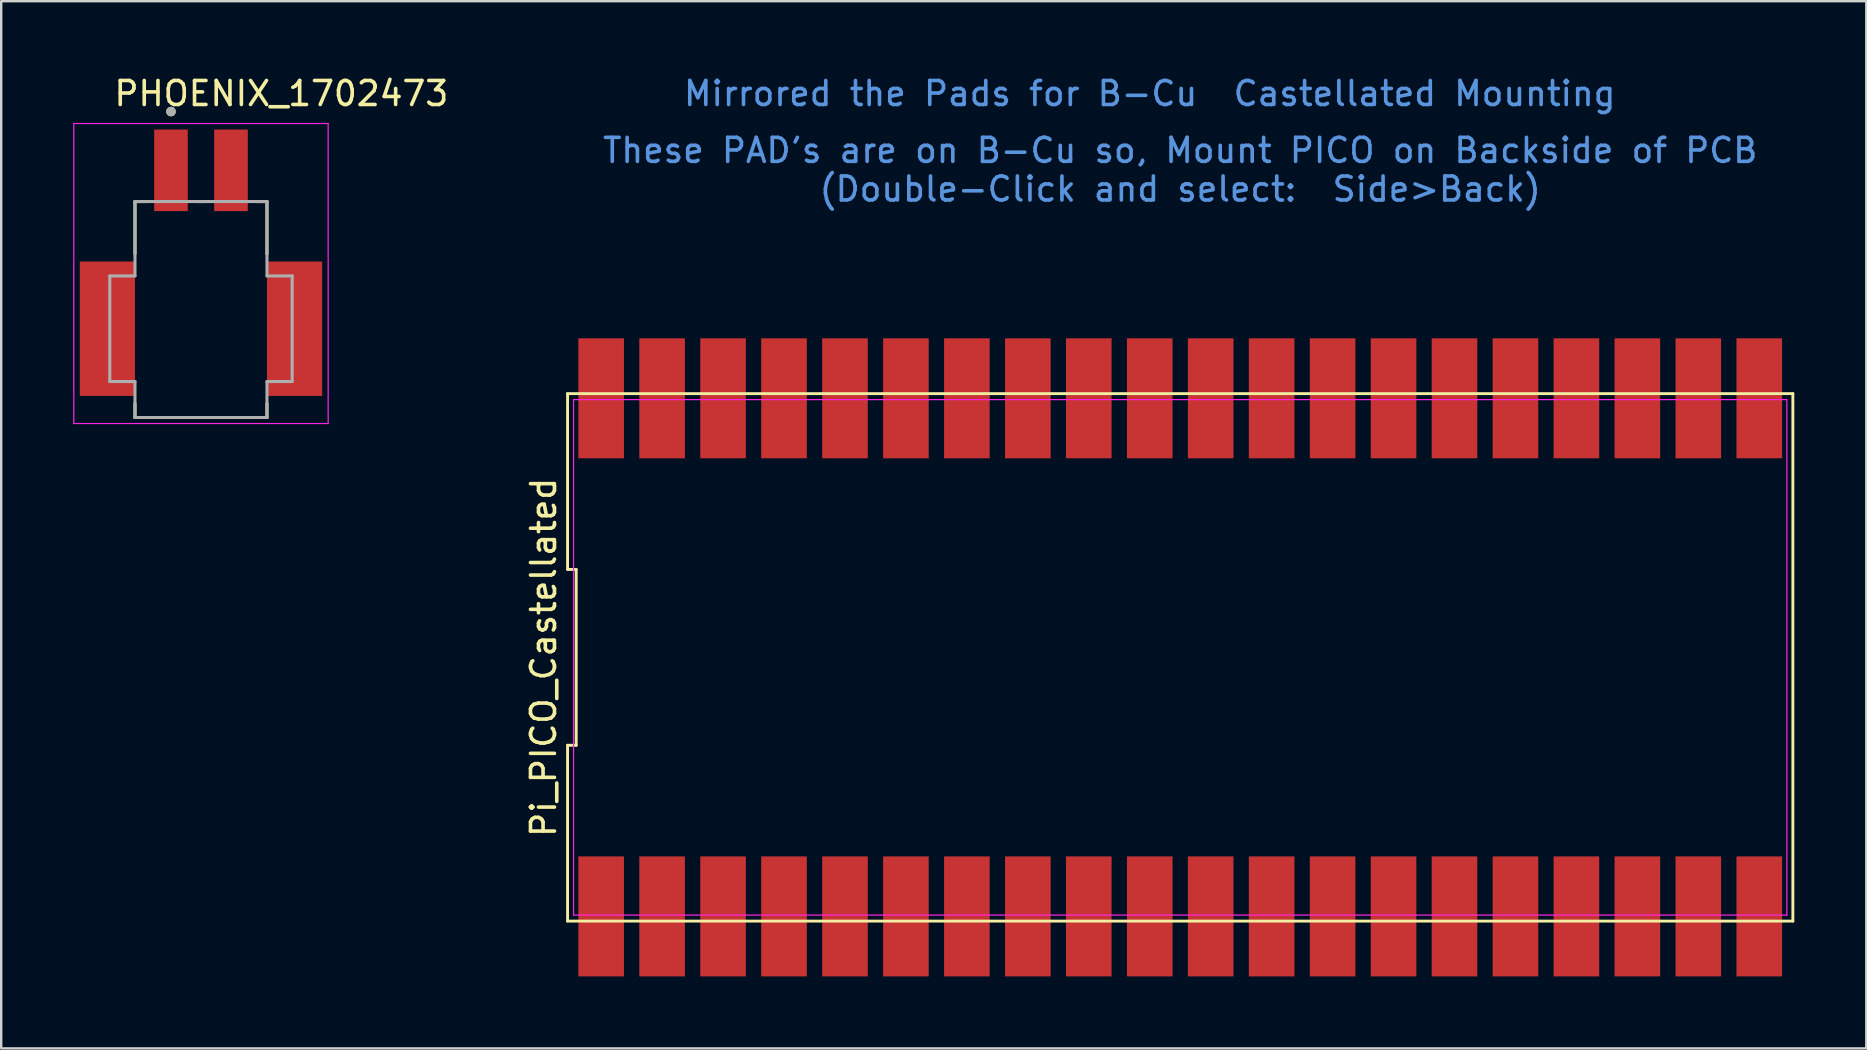
<source format=kicad_pcb>
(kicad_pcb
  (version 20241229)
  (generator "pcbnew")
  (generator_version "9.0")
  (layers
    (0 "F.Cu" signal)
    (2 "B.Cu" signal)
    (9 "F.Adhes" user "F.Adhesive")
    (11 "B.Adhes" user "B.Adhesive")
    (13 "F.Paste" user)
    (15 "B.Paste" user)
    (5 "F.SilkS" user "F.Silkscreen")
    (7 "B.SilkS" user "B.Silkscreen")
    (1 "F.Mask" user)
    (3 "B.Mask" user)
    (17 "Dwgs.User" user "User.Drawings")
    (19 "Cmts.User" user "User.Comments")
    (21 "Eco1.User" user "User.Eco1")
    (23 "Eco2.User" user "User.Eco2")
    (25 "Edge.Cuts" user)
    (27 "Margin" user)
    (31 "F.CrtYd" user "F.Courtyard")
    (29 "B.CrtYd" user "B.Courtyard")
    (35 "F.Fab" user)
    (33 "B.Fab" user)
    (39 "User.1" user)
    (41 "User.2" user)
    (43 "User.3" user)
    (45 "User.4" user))
  (footprint "Pi_PICO_Castellated"
    (layer "F.Cu")
    (at 46.131 24.343)
    (property "Reference" "Pi_PICO_Castellated" (at -26.53 0 90) (layer "F.SilkS") (effects (font (size 1 1) (thickness 0.15))))
    (fp_line (start -25.53 -10.99) (end -25.53 -3.663) (stroke (width 0.12) (type solid)) (layer "F.SilkS"))
    (fp_line (start -25.53 -3.663) (end -25.17 -3.663) (stroke (width 0.12) (type solid)) (layer "F.SilkS"))
    (fp_line (start -25.53 3.663) (end -25.53 10.99) (stroke (width 0.12) (type solid)) (layer "F.SilkS"))
    (fp_line (start -25.53 10.99) (end 25.53 10.99) (stroke (width 0.12) (type solid)) (layer "F.SilkS"))
    (fp_line (start -25.17 -3.663) (end -25.17 3.663) (stroke (width 0.12) (type solid)) (layer "F.SilkS"))
    (fp_line (start -25.17 3.663) (end -25.53 3.663) (stroke (width 0.12) (type solid)) (layer "F.SilkS"))
    (fp_line (start 25.53 -10.99) (end -25.53 -10.99) (stroke (width 0.12) (type solid)) (layer "F.SilkS"))
    (fp_line (start 25.53 10.99) (end 25.53 -10.99) (stroke (width 0.12) (type solid)) (layer "F.SilkS"))
    (fp_line (start -25.28 -10.74) (end 25.28 -10.74) (stroke (width 0.05) (type solid)) (layer "F.CrtYd"))
    (fp_line (start -25.28 10.74) (end -25.28 -10.74) (stroke (width 0.05) (type solid)) (layer "F.CrtYd"))
    (fp_line (start 25.28 -10.74) (end 25.28 10.74) (stroke (width 0.05) (type solid)) (layer "F.CrtYd"))
    (fp_line (start 25.28 10.74) (end -25.28 10.74) (stroke (width 0.05) (type solid)) (layer "F.CrtYd"))
    (fp_text user "These PAD's are on B-Cu so, Mount PICO on Backside of PCB\n(Double-Click and select:  Side>Back)" (at 0 -20.32 0) (layer "Cmts.User") (effects (font (size 1 1) (thickness 0.15))))
    (fp_text user "Mirrored the Pads for B-Cu  Castellated Mounting" (at -1.27 -23.495 180) (layer "Cmts.User") (effects (font (size 1 1) (thickness 0.15))))
    (pad "1" smd rect (at -24.13 -10.795) (size 1.9 5) (property pad_prop_castellated) (layers "F.Cu" "F.Mask" "F.Paste"))
    (pad "2" smd rect (at -21.59 -10.795) (size 1.9 5) (property pad_prop_castellated) (layers "F.Cu" "F.Mask" "F.Paste"))
    (pad "3" smd rect (at -19.05 -10.795) (size 1.9 5) (property pad_prop_castellated) (layers "F.Cu" "F.Mask" "F.Paste"))
    (pad "4" smd rect (at -16.51 -10.795) (size 1.9 5) (property pad_prop_castellated) (layers "F.Cu" "F.Mask" "F.Paste"))
    (pad "5" smd rect (at -13.97 -10.795) (size 1.9 5) (property pad_prop_castellated) (layers "F.Cu" "F.Mask" "F.Paste"))
    (pad "6" smd rect (at -11.43 -10.795) (size 1.9 5) (property pad_prop_castellated) (layers "F.Cu" "F.Mask" "F.Paste"))
    (pad "7" smd rect (at -8.89 -10.795) (size 1.9 5) (property pad_prop_castellated) (layers "F.Cu" "F.Mask" "F.Paste"))
    (pad "8" smd rect (at -6.35 -10.795) (size 1.9 5) (property pad_prop_castellated) (layers "F.Cu" "F.Mask" "F.Paste"))
    (pad "9" smd rect (at -3.81 -10.795) (size 1.9 5) (property pad_prop_castellated) (layers "F.Cu" "F.Mask" "F.Paste"))
    (pad "10" smd rect (at -1.27 -10.795) (size 1.9 5) (property pad_prop_castellated) (layers "F.Cu" "F.Mask" "F.Paste"))
    (pad "11" smd rect (at 1.27 -10.795) (size 1.9 5) (property pad_prop_castellated) (layers "F.Cu" "F.Mask" "F.Paste"))
    (pad "12" smd rect (at 3.81 -10.795) (size 1.9 5) (property pad_prop_castellated) (layers "F.Cu" "F.Mask" "F.Paste"))
    (pad "13" smd rect (at 6.35 -10.795) (size 1.9 5) (property pad_prop_castellated) (layers "F.Cu" "F.Mask" "F.Paste"))
    (pad "14" smd rect (at 8.89 -10.795) (size 1.9 5) (property pad_prop_castellated) (layers "F.Cu" "F.Mask" "F.Paste"))
    (pad "15" smd rect (at 11.43 -10.795) (size 1.9 5) (property pad_prop_castellated) (layers "F.Cu" "F.Mask" "F.Paste"))
    (pad "16" smd rect (at 13.97 -10.795) (size 1.9 5) (property pad_prop_castellated) (layers "F.Cu" "F.Mask" "F.Paste"))
    (pad "17" smd rect (at 16.51 -10.795) (size 1.9 5) (property pad_prop_castellated) (layers "F.Cu" "F.Mask" "F.Paste"))
    (pad "18" smd rect (at 19.05 -10.795) (size 1.9 5) (property pad_prop_castellated) (layers "F.Cu" "F.Mask" "F.Paste"))
    (pad "19" smd rect (at 21.59 -10.795) (size 1.9 5) (property pad_prop_castellated) (layers "F.Cu" "F.Mask" "F.Paste"))
    (pad "20" smd rect (at 24.13 -10.795) (size 1.9 5) (property pad_prop_castellated) (layers "F.Cu" "F.Mask" "F.Paste"))
    (pad "21" smd rect (at 24.13 10.795) (size 1.9 5) (property pad_prop_castellated) (layers "F.Cu" "F.Mask" "F.Paste"))
    (pad "22" smd rect (at 21.59 10.795) (size 1.9 5) (property pad_prop_castellated) (layers "F.Cu" "F.Mask" "F.Paste"))
    (pad "23" smd rect (at 19.05 10.795) (size 1.9 5) (property pad_prop_castellated) (layers "F.Cu" "F.Mask" "F.Paste"))
    (pad "24" smd rect (at 16.51 10.795) (size 1.9 5) (property pad_prop_castellated) (layers "F.Cu" "F.Mask" "F.Paste"))
    (pad "25" smd rect (at 13.97 10.795) (size 1.9 5) (property pad_prop_castellated) (layers "F.Cu" "F.Mask" "F.Paste"))
    (pad "26" smd rect (at 11.43 10.795) (size 1.9 5) (property pad_prop_castellated) (layers "F.Cu" "F.Mask" "F.Paste"))
    (pad "27" smd rect (at 8.89 10.795) (size 1.9 5) (property pad_prop_castellated) (layers "F.Cu" "F.Mask" "F.Paste"))
    (pad "28" smd rect (at 6.35 10.795) (size 1.9 5) (property pad_prop_castellated) (layers "F.Cu" "F.Mask" "F.Paste"))
    (pad "29" smd rect (at 3.81 10.795) (size 1.9 5) (property pad_prop_castellated) (layers "F.Cu" "F.Mask" "F.Paste"))
    (pad "30" smd rect (at 1.27 10.795) (size 1.9 5) (property pad_prop_castellated) (layers "F.Cu" "F.Mask" "F.Paste"))
    (pad "31" smd rect (at -1.27 10.795) (size 1.9 5) (property pad_prop_castellated) (layers "F.Cu" "F.Mask" "F.Paste"))
    (pad "32" smd rect (at -3.81 10.795) (size 1.9 5) (property pad_prop_castellated) (layers "F.Cu" "F.Mask" "F.Paste"))
    (pad "33" smd rect (at -6.35 10.795) (size 1.9 5) (property pad_prop_castellated) (layers "F.Cu" "F.Mask" "F.Paste"))
    (pad "34" smd rect (at -8.89 10.795) (size 1.9 5) (property pad_prop_castellated) (layers "F.Cu" "F.Mask" "F.Paste"))
    (pad "35" smd rect (at -11.43 10.795) (size 1.9 5) (property pad_prop_castellated) (layers "F.Cu" "F.Mask" "F.Paste"))
    (pad "36" smd rect (at -13.97 10.795) (size 1.9 5) (property pad_prop_castellated) (layers "F.Cu" "F.Mask" "F.Paste"))
    (pad "37" smd rect (at -16.51 10.795) (size 1.9 5) (property pad_prop_castellated) (layers "F.Cu" "F.Mask" "F.Paste"))
    (pad "38" smd rect (at -19.05 10.795) (size 1.9 5) (property pad_prop_castellated) (layers "F.Cu" "F.Mask" "F.Paste"))
    (pad "39" smd rect (at -21.59 10.795) (size 1.9 5) (property pad_prop_castellated) (layers "F.Cu" "F.Mask" "F.Paste"))
    (pad "40" smd rect (at -24.13 10.795) (size 1.9 5) (property pad_prop_castellated) (layers "F.Cu" "F.Mask" "F.Paste")))
  (footprint "PHOENIX_1702473"
    (layer "F.Cu")
    (at 2.575 14.348)
    (property "Reference" "PHOENIX_1702473" (at 6.1 -13.5 0) (layer "F.SilkS") (effects (font (size 1 1) (thickness 0.15))))
    (attr smd)
    (fp_line (start 0 -9) (end 0.48 -9) (stroke (width 0.127) (type solid)) (layer "F.SilkS"))
    (fp_line (start 0 -6.82) (end 0 -9) (stroke (width 0.127) (type solid)) (layer "F.SilkS"))
    (fp_line (start 0 0) (end 0 -0.58) (stroke (width 0.127) (type solid)) (layer "F.SilkS"))
    (fp_line (start 2.52 -9) (end 2.98 -9) (stroke (width 0.127) (type solid)) (layer "F.SilkS"))
    (fp_line (start 5.5 -9) (end 5.02 -9) (stroke (width 0.127) (type solid)) (layer "F.SilkS"))
    (fp_line (start 5.5 -6.82) (end 5.5 -9) (stroke (width 0.127) (type solid)) (layer "F.SilkS"))
    (fp_line (start 5.5 -0.58) (end 5.5 0) (stroke (width 0.127) (type solid)) (layer "F.SilkS"))
    (fp_line (start 5.5 0) (end 0 0) (stroke (width 0.127) (type solid)) (layer "F.SilkS"))
    (fp_circle (center 1.5 -12.75) (end 1.6 -12.75) (stroke (width 0.2) (type solid)) (fill no) (layer "F.SilkS"))
    (fp_line (start -2.55 -12.25) (end -2.55 0.25) (stroke (width 0.05) (type solid)) (layer "F.CrtYd"))
    (fp_line (start -2.55 0.25) (end 8.05 0.25) (stroke (width 0.05) (type solid)) (layer "F.CrtYd"))
    (fp_line (start 8.05 -12.25) (end -2.55 -12.25) (stroke (width 0.05) (type solid)) (layer "F.CrtYd"))
    (fp_line (start 8.05 0.25) (end 8.05 -12.25) (stroke (width 0.05) (type solid)) (layer "F.CrtYd"))
    (fp_line (start -1.05 -5.9) (end -1.05 -1.5) (stroke (width 0.127) (type solid)) (layer "F.Fab"))
    (fp_line (start -1.05 -5.9) (end 0 -5.9) (stroke (width 0.127) (type solid)) (layer "F.Fab"))
    (fp_line (start -1.05 -1.5) (end 0 -1.5) (stroke (width 0.127) (type solid)) (layer "F.Fab"))
    (fp_line (start 0 -9) (end 5.5 -9) (stroke (width 0.127) (type solid)) (layer "F.Fab"))
    (fp_line (start 0 -5.9) (end 0 -9) (stroke (width 0.127) (type solid)) (layer "F.Fab"))
    (fp_line (start 0 0) (end 0 -1.5) (stroke (width 0.127) (type solid)) (layer "F.Fab"))
    (fp_line (start 5.5 -9) (end 5.5 -5.9) (stroke (width 0.127) (type solid)) (layer "F.Fab"))
    (fp_line (start 5.5 -5.9) (end 6.55 -5.9) (stroke (width 0.127) (type solid)) (layer "F.Fab"))
    (fp_line (start 5.5 -1.5) (end 5.5 0) (stroke (width 0.127) (type solid)) (layer "F.Fab"))
    (fp_line (start 5.5 0) (end 0 0) (stroke (width 0.127) (type solid)) (layer "F.Fab"))
    (fp_line (start 6.55 -5.9) (end 6.55 -1.5) (stroke (width 0.127) (type solid)) (layer "F.Fab"))
    (fp_line (start 6.55 -1.5) (end 5.5 -1.5) (stroke (width 0.127) (type solid)) (layer "F.Fab"))
    (fp_circle (center 1.5 -12.75) (end 1.6 -12.75) (stroke (width 0.2) (type solid)) (fill no) (layer "F.Fab"))
    (pad "1" smd rect (at 1.5 -10.3) (size 1.4 3.4) (layers "F.Cu" "F.Mask" "F.Paste"))
    (pad "2" smd rect (at 4 -10.3) (size 1.4 3.4) (layers "F.Cu" "F.Mask" "F.Paste"))
    (pad "SH1" smd rect (at -1.15 -3.7) (size 2.3 5.6) (layers "F.Cu" "F.Mask" "F.Paste"))
    (pad "SH2" smd rect (at 6.65 -3.7) (size 2.3 5.6) (layers "F.Cu" "F.Mask" "F.Paste")))
  (gr_rect
    (start -3 -3)
    (end 74.721 40.638)
    (stroke (width 0.1) (type default))
    (fill no)
    (layer "Edge.Cuts")))
</source>
